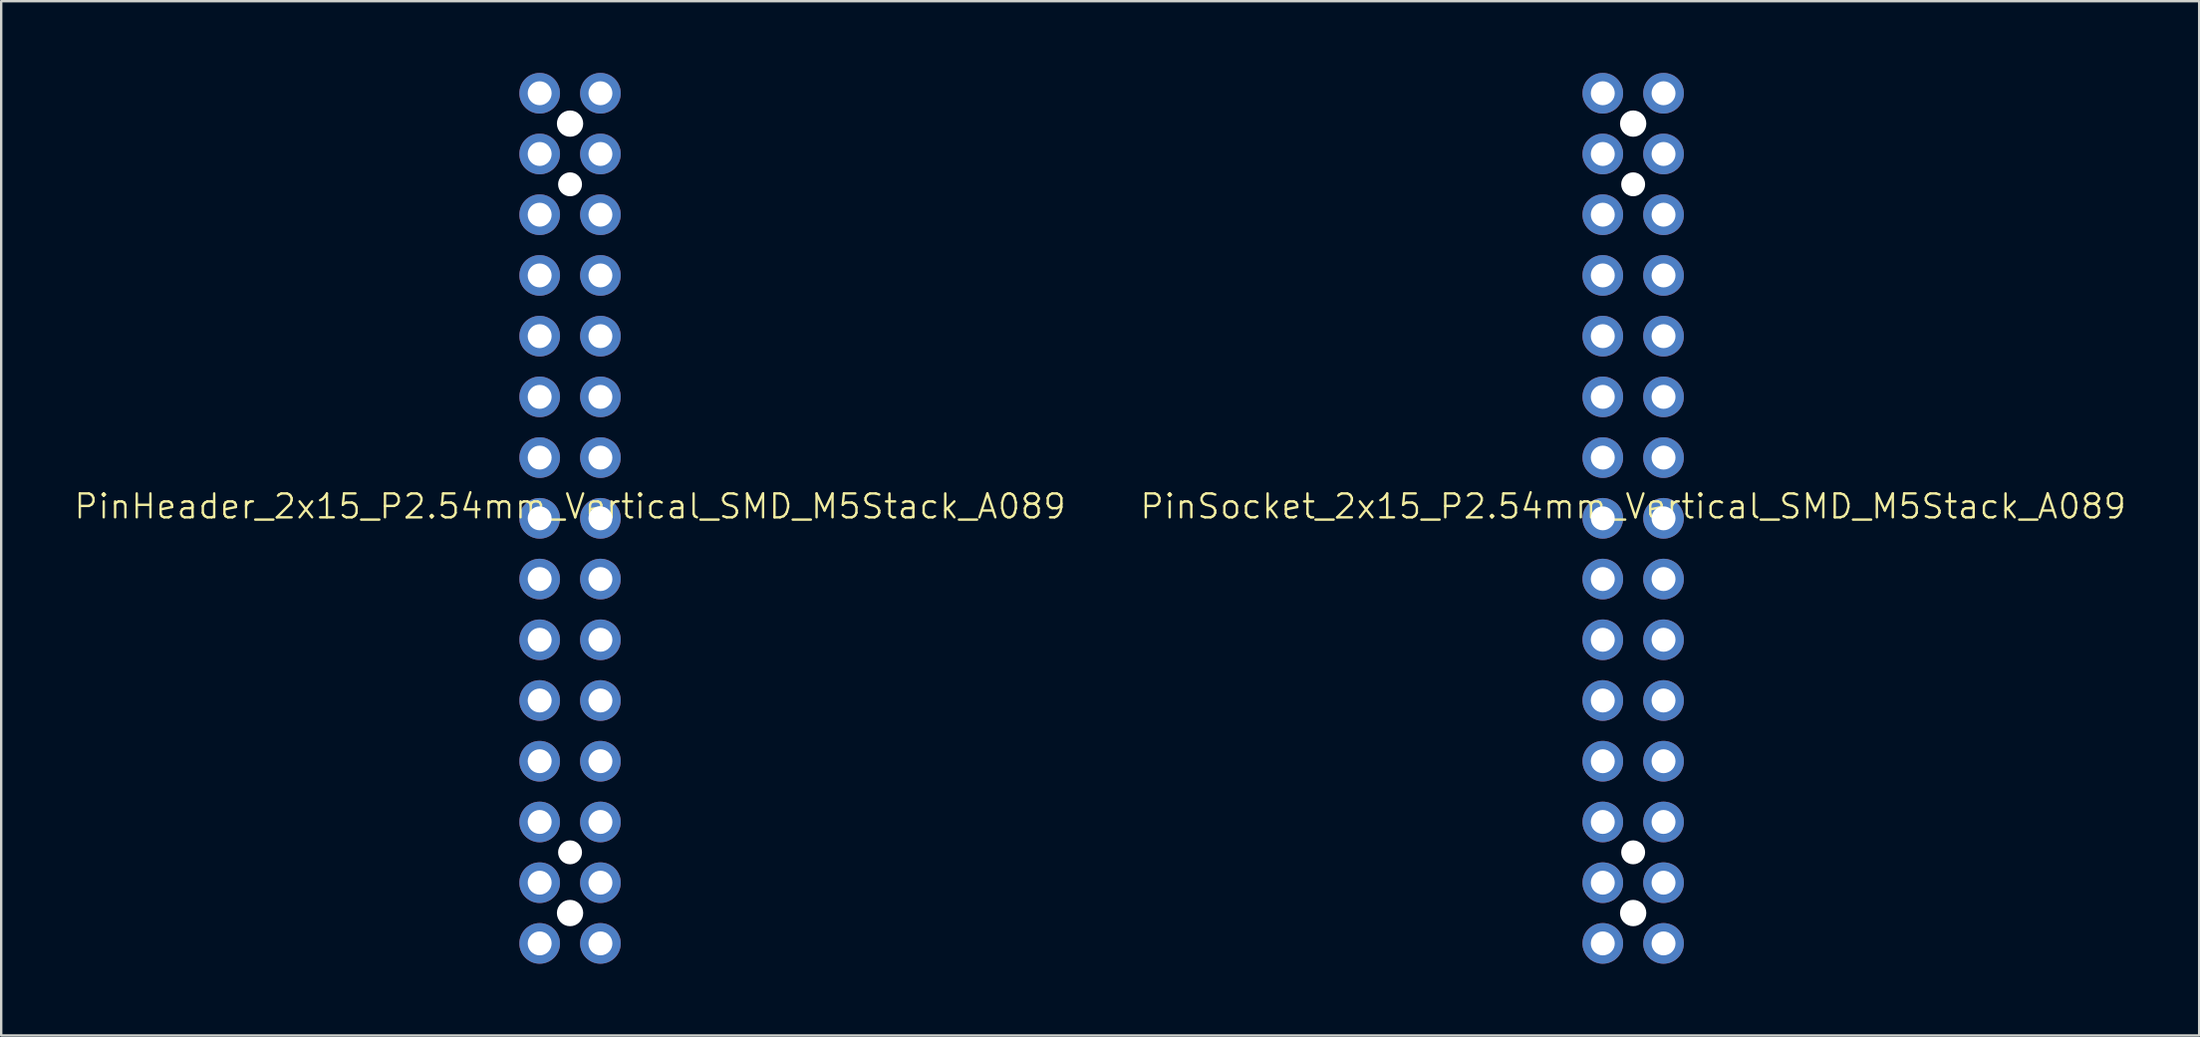
<source format=kicad_pcb>
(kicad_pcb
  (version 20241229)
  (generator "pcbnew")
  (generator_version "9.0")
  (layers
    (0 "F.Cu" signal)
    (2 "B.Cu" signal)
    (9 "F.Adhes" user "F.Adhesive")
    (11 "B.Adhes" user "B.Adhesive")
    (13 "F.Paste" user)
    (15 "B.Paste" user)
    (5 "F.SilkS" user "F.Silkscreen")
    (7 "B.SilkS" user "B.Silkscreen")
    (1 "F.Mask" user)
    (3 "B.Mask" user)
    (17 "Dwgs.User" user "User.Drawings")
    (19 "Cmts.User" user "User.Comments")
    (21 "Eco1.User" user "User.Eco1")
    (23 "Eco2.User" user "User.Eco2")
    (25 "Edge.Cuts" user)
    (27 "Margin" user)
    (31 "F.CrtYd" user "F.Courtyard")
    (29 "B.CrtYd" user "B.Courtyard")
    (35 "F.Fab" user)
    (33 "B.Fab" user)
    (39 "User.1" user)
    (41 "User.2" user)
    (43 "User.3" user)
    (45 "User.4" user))
  (footprint "PinHeader_2x15_P2.54mm_Vertical_SMD_M5Stack_A089"
    (layer "F.Cu")
    (at 20.788 18.63)
    (property "Reference" "PinHeader_2x15_P2.54mm_Vertical_SMD_M5Stack_A089" (at 0 -0.5 0) (unlocked yes) (layer "F.SilkS") (effects (font (size 1 1) (thickness 0.1))))
    (attr through_hole)
    (pad "" np_thru_hole circle (at 0 -16.51 180) (size 1.1 1.1) (drill 1.1) (layers "*.Cu" "*.Mask"))
    (pad "" np_thru_hole circle (at 0 -13.97 180) (size 1 1) (drill 1) (layers "*.Cu" "*.Mask"))
    (pad "" np_thru_hole circle (at 0 13.97 180) (size 1 1) (drill 1) (layers "*.Cu" "*.Mask"))
    (pad "" np_thru_hole circle (at 0 16.51 180) (size 1.1 1.1) (drill 1.1) (layers "*.Cu" "*.Mask"))
    (pad "000" thru_hole circle (at 1.27 -17.78) (size 1.7 1.7) (drill 1) (layers "*.Cu" "*.Mask"))
    (pad "001" thru_hole circle (at 1.27 -15.24) (size 1.7 1.7) (drill 1) (layers "*.Cu" "*.Mask"))
    (pad "002" thru_hole circle (at 1.27 -12.7) (size 1.7 1.7) (drill 1) (layers "*.Cu" "*.Mask"))
    (pad "003" thru_hole circle (at 1.27 -10.16) (size 1.7 1.7) (drill 1) (layers "*.Cu" "*.Mask"))
    (pad "004" thru_hole circle (at 1.27 -7.62) (size 1.7 1.7) (drill 1) (layers "*.Cu" "*.Mask"))
    (pad "005" thru_hole circle (at 1.27 -5.08) (size 1.7 1.7) (drill 1) (layers "*.Cu" "*.Mask"))
    (pad "006" thru_hole circle (at 1.27 -2.54) (size 1.7 1.7) (drill 1) (layers "*.Cu" "*.Mask"))
    (pad "007" thru_hole circle (at 1.27 0) (size 1.7 1.7) (drill 1) (layers "*.Cu" "*.Mask"))
    (pad "008" thru_hole circle (at 1.27 2.54) (size 1.7 1.7) (drill 1) (layers "*.Cu" "*.Mask"))
    (pad "009" thru_hole circle (at 1.27 5.08) (size 1.7 1.7) (drill 1) (layers "*.Cu" "*.Mask"))
    (pad "010" thru_hole circle (at 1.27 7.62) (size 1.7 1.7) (drill 1) (layers "*.Cu" "*.Mask"))
    (pad "011" thru_hole circle (at 1.27 10.16) (size 1.7 1.7) (drill 1) (layers "*.Cu" "*.Mask"))
    (pad "012" thru_hole circle (at 1.27 12.7) (size 1.7 1.7) (drill 1) (layers "*.Cu" "*.Mask"))
    (pad "013" thru_hole circle (at 1.27 15.24) (size 1.7 1.7) (drill 1) (layers "*.Cu" "*.Mask"))
    (pad "014" thru_hole circle (at 1.27 17.78) (size 1.7 1.7) (drill 1) (layers "*.Cu" "*.Mask"))
    (pad "100" thru_hole circle (at -1.27 -17.78) (size 1.7 1.7) (drill 1) (layers "*.Cu" "*.Mask"))
    (pad "101" thru_hole circle (at -1.27 -15.24) (size 1.7 1.7) (drill 1) (layers "*.Cu" "*.Mask"))
    (pad "102" thru_hole circle (at -1.27 -12.7) (size 1.7 1.7) (drill 1) (layers "*.Cu" "*.Mask"))
    (pad "103" thru_hole circle (at -1.27 -10.16) (size 1.7 1.7) (drill 1) (layers "*.Cu" "*.Mask"))
    (pad "104" thru_hole circle (at -1.27 -7.62) (size 1.7 1.7) (drill 1) (layers "*.Cu" "*.Mask"))
    (pad "105" thru_hole circle (at -1.27 -5.08) (size 1.7 1.7) (drill 1) (layers "*.Cu" "*.Mask"))
    (pad "106" thru_hole circle (at -1.27 -2.54) (size 1.7 1.7) (drill 1) (layers "*.Cu" "*.Mask"))
    (pad "107" thru_hole circle (at -1.27 0) (size 1.7 1.7) (drill 1) (layers "*.Cu" "*.Mask"))
    (pad "108" thru_hole circle (at -1.27 2.54) (size 1.7 1.7) (drill 1) (layers "*.Cu" "*.Mask"))
    (pad "109" thru_hole circle (at -1.27 5.08) (size 1.7 1.7) (drill 1) (layers "*.Cu" "*.Mask"))
    (pad "110" thru_hole circle (at -1.27 7.62) (size 1.7 1.7) (drill 1) (layers "*.Cu" "*.Mask"))
    (pad "111" thru_hole circle (at -1.27 10.16) (size 1.7 1.7) (drill 1) (layers "*.Cu" "*.Mask"))
    (pad "112" thru_hole circle (at -1.27 12.7) (size 1.7 1.7) (drill 1) (layers "*.Cu" "*.Mask"))
    (pad "113" thru_hole circle (at -1.27 15.24) (size 1.7 1.7) (drill 1) (layers "*.Cu" "*.Mask"))
    (pad "114" thru_hole circle (at -1.27 17.78) (size 1.7 1.7) (drill 1) (layers "*.Cu" "*.Mask")))
  (footprint "PinSocket_2x15_P2.54mm_Vertical_SMD_M5Stack_A089"
    (layer "F.Cu")
    (at 65.245 18.63)
    (property "Reference" "PinSocket_2x15_P2.54mm_Vertical_SMD_M5Stack_A089" (at 0 -0.5 0) (unlocked yes) (layer "F.SilkS") (effects (font (size 1 1) (thickness 0.1))))
    (attr through_hole)
    (pad "" np_thru_hole circle (at 0 -16.51 180) (size 1.1 1.1) (drill 1.1) (layers "*.Cu" "*.Mask"))
    (pad "" np_thru_hole circle (at 0 -13.97 180) (size 1 1) (drill 1) (layers "*.Cu" "*.Mask"))
    (pad "" np_thru_hole circle (at 0 13.97 180) (size 1 1) (drill 1) (layers "*.Cu" "*.Mask"))
    (pad "" np_thru_hole circle (at 0 16.51 180) (size 1.1 1.1) (drill 1.1) (layers "*.Cu" "*.Mask"))
    (pad "000" thru_hole circle (at -1.27 -17.78) (size 1.7 1.7) (drill 1) (layers "*.Cu" "*.Mask"))
    (pad "001" thru_hole circle (at -1.27 -15.24) (size 1.7 1.7) (drill 1) (layers "*.Cu" "*.Mask"))
    (pad "002" thru_hole circle (at -1.27 -12.7) (size 1.7 1.7) (drill 1) (layers "*.Cu" "*.Mask"))
    (pad "003" thru_hole circle (at -1.27 -10.16) (size 1.7 1.7) (drill 1) (layers "*.Cu" "*.Mask"))
    (pad "004" thru_hole circle (at -1.27 -7.62) (size 1.7 1.7) (drill 1) (layers "*.Cu" "*.Mask"))
    (pad "005" thru_hole circle (at -1.27 -5.08) (size 1.7 1.7) (drill 1) (layers "*.Cu" "*.Mask"))
    (pad "006" thru_hole circle (at -1.27 -2.54) (size 1.7 1.7) (drill 1) (layers "*.Cu" "*.Mask"))
    (pad "007" thru_hole circle (at -1.27 0) (size 1.7 1.7) (drill 1) (layers "*.Cu" "*.Mask"))
    (pad "008" thru_hole circle (at -1.27 2.54) (size 1.7 1.7) (drill 1) (layers "*.Cu" "*.Mask"))
    (pad "009" thru_hole circle (at -1.27 5.08) (size 1.7 1.7) (drill 1) (layers "*.Cu" "*.Mask"))
    (pad "010" thru_hole circle (at -1.27 7.62) (size 1.7 1.7) (drill 1) (layers "*.Cu" "*.Mask"))
    (pad "011" thru_hole circle (at -1.27 10.16) (size 1.7 1.7) (drill 1) (layers "*.Cu" "*.Mask"))
    (pad "012" thru_hole circle (at -1.27 12.7) (size 1.7 1.7) (drill 1) (layers "*.Cu" "*.Mask"))
    (pad "013" thru_hole circle (at -1.27 15.24) (size 1.7 1.7) (drill 1) (layers "*.Cu" "*.Mask"))
    (pad "014" thru_hole circle (at -1.27 17.78) (size 1.7 1.7) (drill 1) (layers "*.Cu" "*.Mask"))
    (pad "100" thru_hole circle (at 1.27 -17.78) (size 1.7 1.7) (drill 1) (layers "*.Cu" "*.Mask"))
    (pad "101" thru_hole circle (at 1.27 -15.24) (size 1.7 1.7) (drill 1) (layers "*.Cu" "*.Mask"))
    (pad "102" thru_hole circle (at 1.27 -12.7) (size 1.7 1.7) (drill 1) (layers "*.Cu" "*.Mask"))
    (pad "103" thru_hole circle (at 1.27 -10.16) (size 1.7 1.7) (drill 1) (layers "*.Cu" "*.Mask"))
    (pad "104" thru_hole circle (at 1.27 -7.62) (size 1.7 1.7) (drill 1) (layers "*.Cu" "*.Mask"))
    (pad "105" thru_hole circle (at 1.27 -5.08) (size 1.7 1.7) (drill 1) (layers "*.Cu" "*.Mask"))
    (pad "106" thru_hole circle (at 1.27 -2.54) (size 1.7 1.7) (drill 1) (layers "*.Cu" "*.Mask"))
    (pad "107" thru_hole circle (at 1.27 0) (size 1.7 1.7) (drill 1) (layers "*.Cu" "*.Mask"))
    (pad "108" thru_hole circle (at 1.27 2.54) (size 1.7 1.7) (drill 1) (layers "*.Cu" "*.Mask"))
    (pad "109" thru_hole circle (at 1.27 5.08) (size 1.7 1.7) (drill 1) (layers "*.Cu" "*.Mask"))
    (pad "110" thru_hole circle (at 1.27 7.62) (size 1.7 1.7) (drill 1) (layers "*.Cu" "*.Mask"))
    (pad "111" thru_hole circle (at 1.27 10.16) (size 1.7 1.7) (drill 1) (layers "*.Cu" "*.Mask"))
    (pad "112" thru_hole circle (at 1.27 12.7) (size 1.7 1.7) (drill 1) (layers "*.Cu" "*.Mask"))
    (pad "113" thru_hole circle (at 1.27 15.24) (size 1.7 1.7) (drill 1) (layers "*.Cu" "*.Mask"))
    (pad "114" thru_hole circle (at 1.27 17.78) (size 1.7 1.7) (drill 1) (layers "*.Cu" "*.Mask")))
  (gr_rect
    (start -3 -3)
    (end 88.914 40.26)
    (stroke (width 0.1) (type default))
    (fill no)
    (layer "Edge.Cuts")))
</source>
